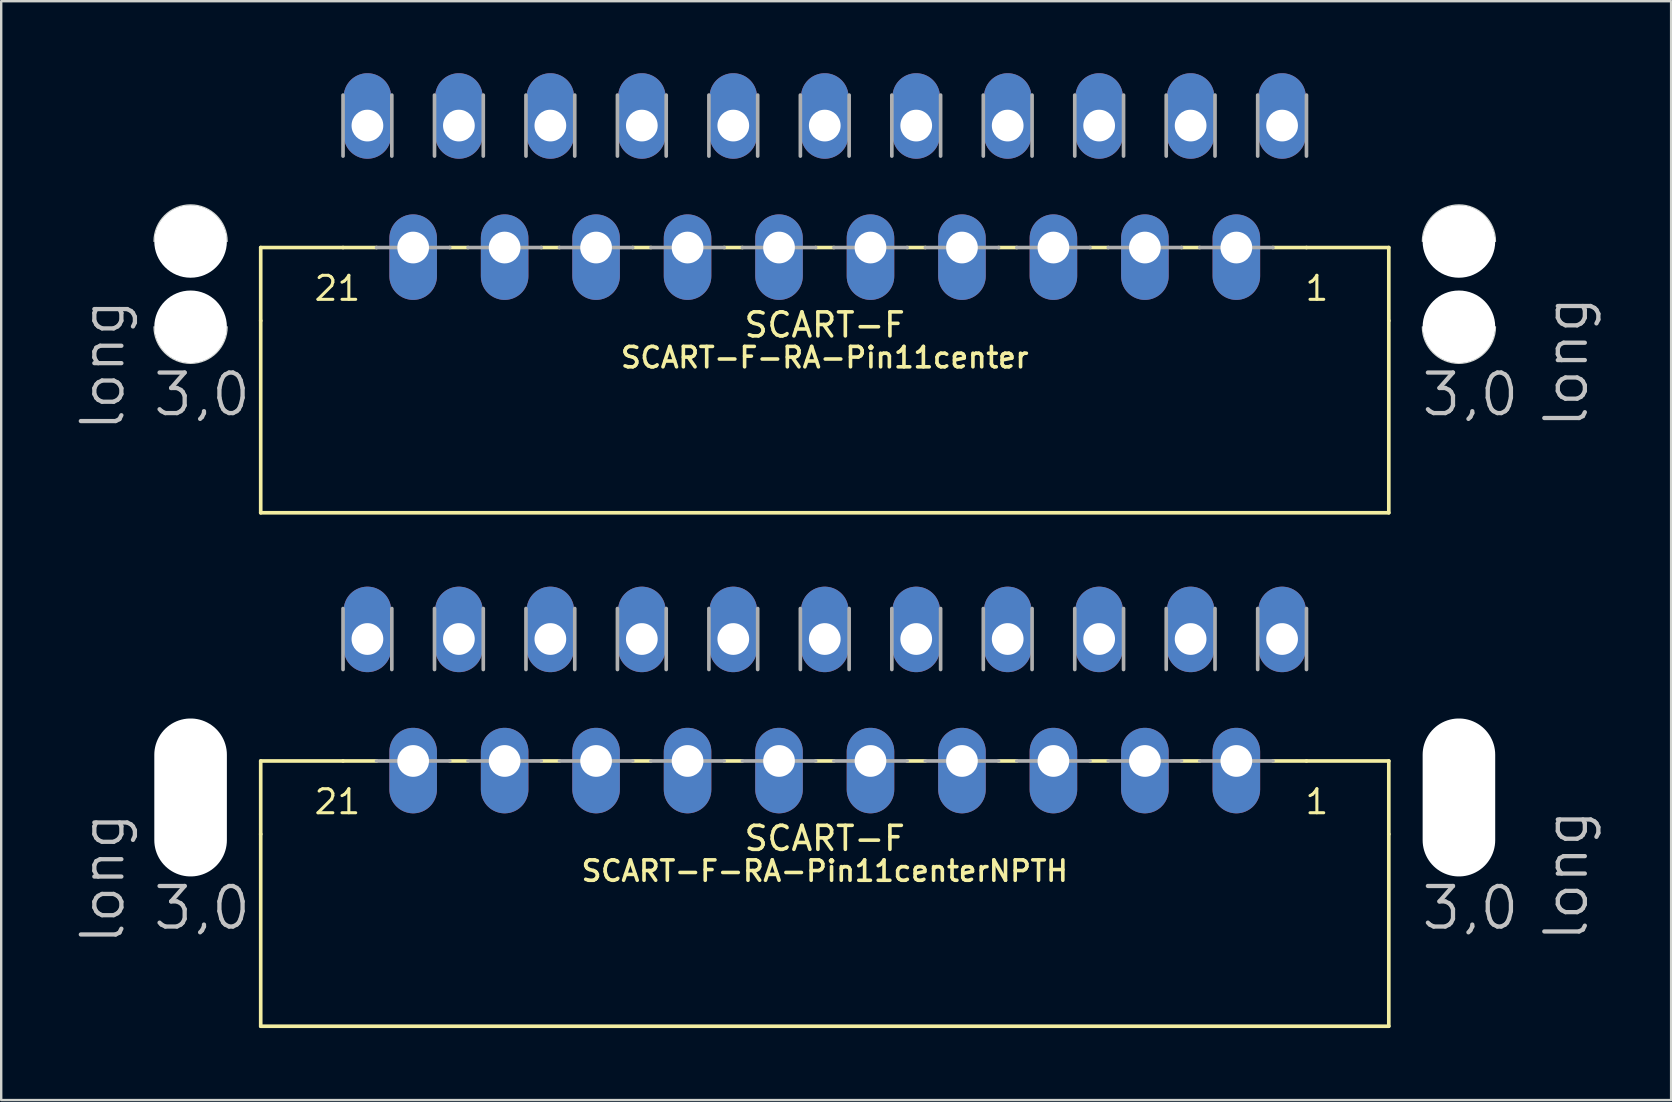
<source format=kicad_pcb>
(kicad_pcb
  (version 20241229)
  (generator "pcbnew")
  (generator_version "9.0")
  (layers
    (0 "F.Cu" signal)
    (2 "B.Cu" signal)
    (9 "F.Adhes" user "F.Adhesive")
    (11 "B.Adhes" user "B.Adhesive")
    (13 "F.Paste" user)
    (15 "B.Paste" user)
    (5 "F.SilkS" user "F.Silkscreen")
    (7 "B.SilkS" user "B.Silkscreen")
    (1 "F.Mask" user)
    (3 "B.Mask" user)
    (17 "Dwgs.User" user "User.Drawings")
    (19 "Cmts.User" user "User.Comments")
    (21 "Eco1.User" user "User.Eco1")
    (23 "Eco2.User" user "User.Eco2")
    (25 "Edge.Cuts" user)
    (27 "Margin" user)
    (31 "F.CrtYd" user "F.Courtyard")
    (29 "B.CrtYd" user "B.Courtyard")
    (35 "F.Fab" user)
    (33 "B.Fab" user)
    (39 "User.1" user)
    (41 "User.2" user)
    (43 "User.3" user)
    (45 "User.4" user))
  (footprint "SCART-F-RA-Pin11center"
    (layer "F.Cu")
    (at 31.305 2.181)
    (property "Reference" "SCART-F-RA-Pin11center" (at 0 10.16 0) (layer "F.SilkS") (effects (font (size 0.85 0.85) (thickness 0.15)) (justify bottom)))
    (attr through_hole)
    (fp_line (start -23.495 8.128) (end -23.495 5.08) (stroke (width 0.152) (type solid)) (layer "F.SilkS"))
    (fp_line (start -23.495 16.129) (end -23.495 8.128) (stroke (width 0.152) (type solid)) (layer "F.SilkS"))
    (fp_line (start -23.495 16.129) (end 23.495 16.129) (stroke (width 0.152) (type solid)) (layer "F.SilkS"))
    (fp_line (start -20.066 5.08) (end -23.495 5.08) (stroke (width 0.152) (type solid)) (layer "F.SilkS"))
    (fp_line (start -18.669 5.08) (end -20.066 5.08) (stroke (width 0.152) (type solid)) (layer "F.SilkS"))
    (fp_line (start -14.859 5.08) (end -15.621 5.08) (stroke (width 0.152) (type solid)) (layer "F.SilkS"))
    (fp_line (start -11.049 5.08) (end -11.811 5.08) (stroke (width 0.152) (type solid)) (layer "F.SilkS"))
    (fp_line (start -7.239 5.08) (end -8.001 5.08) (stroke (width 0.152) (type solid)) (layer "F.SilkS"))
    (fp_line (start -3.429 5.08) (end -4.191 5.08) (stroke (width 0.152) (type solid)) (layer "F.SilkS"))
    (fp_line (start 0.381 5.08) (end -0.381 5.08) (stroke (width 0.152) (type solid)) (layer "F.SilkS"))
    (fp_line (start 4.191 5.08) (end 3.429 5.08) (stroke (width 0.152) (type solid)) (layer "F.SilkS"))
    (fp_line (start 8.001 5.08) (end 7.239 5.08) (stroke (width 0.152) (type solid)) (layer "F.SilkS"))
    (fp_line (start 11.811 5.08) (end 11.049 5.08) (stroke (width 0.152) (type solid)) (layer "F.SilkS"))
    (fp_line (start 15.621 5.08) (end 14.859 5.08) (stroke (width 0.152) (type solid)) (layer "F.SilkS"))
    (fp_line (start 20.066 5.08) (end 18.669 5.08) (stroke (width 0.152) (type solid)) (layer "F.SilkS"))
    (fp_line (start 23.495 5.08) (end 20.066 5.08) (stroke (width 0.152) (type solid)) (layer "F.SilkS"))
    (fp_line (start 23.495 8.128) (end 23.495 5.08) (stroke (width 0.152) (type solid)) (layer "F.SilkS"))
    (fp_line (start 23.495 16.129) (end 23.495 8.128) (stroke (width 0.152) (type solid)) (layer "F.SilkS"))
    (fp_line (start -27.94 8.382) (end -27.94 4.826) (stroke (width 0.002) (type solid)) (layer "Edge.Cuts"))
    (fp_line (start -24.892 4.826) (end -24.892 8.382) (stroke (width 0.002) (type solid)) (layer "Edge.Cuts"))
    (fp_line (start 24.892 8.382) (end 24.892 4.826) (stroke (width 0.002) (type solid)) (layer "Edge.Cuts"))
    (fp_line (start 27.94 4.826) (end 27.94 8.382) (stroke (width 0.002) (type solid)) (layer "Edge.Cuts"))
    (fp_arc (start -27.94 4.826) (mid -26.415999 3.302001) (end -24.892 4.826002) (stroke (width 0.05) (type solid)) (layer "Edge.Cuts"))
    (fp_arc (start -24.892 8.382) (mid -26.416 9.906) (end -27.94 8.382) (stroke (width 0.05) (type solid)) (layer "Edge.Cuts"))
    (fp_arc (start 24.892 4.826) (mid 26.416001 3.302001) (end 27.94 4.826002) (stroke (width 0.05) (type solid)) (layer "Edge.Cuts"))
    (fp_arc (start 27.94 8.382) (mid 26.416 9.906) (end 24.892 8.382) (stroke (width 0.05) (type solid)) (layer "Edge.Cuts"))
    (fp_line (start -20.066 -1.27) (end -20.066 1.27) (stroke (width 0.152) (type solid)) (layer "F.Fab"))
    (fp_line (start -18.669 5.08) (end -15.621 5.08) (stroke (width 0.152) (type solid)) (layer "F.Fab"))
    (fp_line (start -18.034 1.27) (end -18.034 -1.27) (stroke (width 0.152) (type solid)) (layer "F.Fab"))
    (fp_line (start -16.256 -1.27) (end -16.256 1.27) (stroke (width 0.152) (type solid)) (layer "F.Fab"))
    (fp_line (start -14.859 5.08) (end -11.811 5.08) (stroke (width 0.152) (type solid)) (layer "F.Fab"))
    (fp_line (start -14.224 1.27) (end -14.224 -1.27) (stroke (width 0.152) (type solid)) (layer "F.Fab"))
    (fp_line (start -12.446 -1.27) (end -12.446 1.27) (stroke (width 0.152) (type solid)) (layer "F.Fab"))
    (fp_line (start -11.049 5.08) (end -8.001 5.08) (stroke (width 0.152) (type solid)) (layer "F.Fab"))
    (fp_line (start -10.414 1.27) (end -10.414 -1.27) (stroke (width 0.152) (type solid)) (layer "F.Fab"))
    (fp_line (start -8.636 -1.27) (end -8.636 1.27) (stroke (width 0.152) (type solid)) (layer "F.Fab"))
    (fp_line (start -7.239 5.08) (end -4.191 5.08) (stroke (width 0.152) (type solid)) (layer "F.Fab"))
    (fp_line (start -6.604 1.27) (end -6.604 -1.27) (stroke (width 0.152) (type solid)) (layer "F.Fab"))
    (fp_line (start -4.826 -1.27) (end -4.826 1.27) (stroke (width 0.152) (type solid)) (layer "F.Fab"))
    (fp_line (start -3.429 5.08) (end -0.381 5.08) (stroke (width 0.152) (type solid)) (layer "F.Fab"))
    (fp_line (start -2.794 1.27) (end -2.794 -1.27) (stroke (width 0.152) (type solid)) (layer "F.Fab"))
    (fp_line (start -1.016 -1.27) (end -1.016 1.27) (stroke (width 0.152) (type solid)) (layer "F.Fab"))
    (fp_line (start 0.381 5.08) (end 3.429 5.08) (stroke (width 0.152) (type solid)) (layer "F.Fab"))
    (fp_line (start 1.016 1.27) (end 1.016 -1.27) (stroke (width 0.152) (type solid)) (layer "F.Fab"))
    (fp_line (start 2.794 -1.27) (end 2.794 1.27) (stroke (width 0.152) (type solid)) (layer "F.Fab"))
    (fp_line (start 4.191 5.08) (end 7.239 5.08) (stroke (width 0.152) (type solid)) (layer "F.Fab"))
    (fp_line (start 4.826 1.27) (end 4.826 -1.27) (stroke (width 0.152) (type solid)) (layer "F.Fab"))
    (fp_line (start 6.604 -1.27) (end 6.604 1.27) (stroke (width 0.152) (type solid)) (layer "F.Fab"))
    (fp_line (start 8.001 5.08) (end 11.049 5.08) (stroke (width 0.152) (type solid)) (layer "F.Fab"))
    (fp_line (start 8.636 1.27) (end 8.636 -1.27) (stroke (width 0.152) (type solid)) (layer "F.Fab"))
    (fp_line (start 10.414 -1.27) (end 10.414 1.27) (stroke (width 0.152) (type solid)) (layer "F.Fab"))
    (fp_line (start 11.811 5.08) (end 14.859 5.08) (stroke (width 0.152) (type solid)) (layer "F.Fab"))
    (fp_line (start 12.446 1.27) (end 12.446 -1.27) (stroke (width 0.152) (type solid)) (layer "F.Fab"))
    (fp_line (start 14.224 -1.27) (end 14.224 1.27) (stroke (width 0.152) (type solid)) (layer "F.Fab"))
    (fp_line (start 15.621 5.08) (end 18.669 5.08) (stroke (width 0.152) (type solid)) (layer "F.Fab"))
    (fp_line (start 16.256 1.27) (end 16.256 -1.27) (stroke (width 0.152) (type solid)) (layer "F.Fab"))
    (fp_line (start 18.034 -1.27) (end 18.034 1.27) (stroke (width 0.152) (type solid)) (layer "F.Fab"))
    (fp_line (start 20.066 1.27) (end 20.066 -1.27) (stroke (width 0.152) (type solid)) (layer "F.Fab"))
    (fp_text user "21" (at -21.336 7.366 0) (layer "F.SilkS") (effects (font (size 1 1) (thickness 0.127)) (justify left bottom)))
    (fp_text user "SCART-F" (at 0 8.89 0) (layer "F.SilkS") (effects (font (size 1 1) (thickness 0.15)) (justify bottom)))
    (fp_text user "1" (at 19.939 7.366 0) (layer "F.SilkS") (effects (font (size 1 1) (thickness 0.127)) (justify left bottom)))
    (fp_text user "long " (at -29.083 12.827 90) (layer "Dwgs.User") (effects (font (size 1.689 1.689) (thickness 0.178)) (justify left bottom)))
    (fp_text user "3,0" (at 24.765 12.192 0) (layer "Dwgs.User") (effects (font (size 1.689 1.689) (thickness 0.178)) (justify left bottom)))
    (fp_text user "long" (at 31.877 12.7 90) (layer "Dwgs.User") (effects (font (size 1.689 1.689) (thickness 0.178)) (justify left bottom)))
    (fp_text user "3,0 " (at -28.067 12.192 0) (layer "Dwgs.User") (effects (font (size 1.689 1.689) (thickness 0.178)) (justify left bottom)))
    (pad "" np_thru_hole circle (at -26.416 4.826) (size 3.023 3.023) (drill 3.023) (layers "*.Cu" "*.Mask"))
    (pad "" np_thru_hole circle (at -26.416 8.382) (size 3.023 3.023) (drill 3.023) (layers "*.Cu" "*.Mask"))
    (pad "" np_thru_hole circle (at 26.416 4.826) (size 3.023 3.023) (drill 3.023) (layers "*.Cu" "*.Mask"))
    (pad "" np_thru_hole circle (at 26.416 8.382) (size 3.023 3.023) (drill 3.023) (layers "*.Cu" "*.Mask"))
    (pad "1" thru_hole oval (at 19.05 0 90) (size 3.562 1.981) (drill 1.321 (offset 0.4 0)) (layers "*.Cu" "*.Mask"))
    (pad "2" thru_hole oval (at 17.145 5.08 90) (size 3.562 1.981) (drill 1.321 (offset -0.4 0)) (layers "*.Cu" "*.Mask"))
    (pad "3" thru_hole oval (at 15.24 0 90) (size 3.562 1.981) (drill 1.321 (offset 0.4 0)) (layers "*.Cu" "*.Mask"))
    (pad "4" thru_hole oval (at 13.335 5.08 90) (size 3.562 1.981) (drill 1.321 (offset -0.4 0)) (layers "*.Cu" "*.Mask"))
    (pad "5" thru_hole oval (at 11.43 0 90) (size 3.562 1.981) (drill 1.321 (offset 0.4 0)) (layers "*.Cu" "*.Mask"))
    (pad "6" thru_hole oval (at 9.525 5.08 90) (size 3.562 1.981) (drill 1.321 (offset -0.4 0)) (layers "*.Cu" "*.Mask"))
    (pad "7" thru_hole oval (at 7.62 0 90) (size 3.562 1.981) (drill 1.321 (offset 0.4 0)) (layers "*.Cu" "*.Mask"))
    (pad "8" thru_hole oval (at 5.715 5.08 90) (size 3.562 1.981) (drill 1.321 (offset -0.4 0)) (layers "*.Cu" "*.Mask"))
    (pad "9" thru_hole oval (at 3.81 0 90) (size 3.562 1.981) (drill 1.321 (offset 0.4 0)) (layers "*.Cu" "*.Mask"))
    (pad "10" thru_hole oval (at 1.905 5.08 90) (size 3.562 1.981) (drill 1.321 (offset -0.4 0)) (layers "*.Cu" "*.Mask"))
    (pad "11" thru_hole oval (at 0 0 90) (size 3.562 1.981) (drill 1.321 (offset 0.4 0)) (layers "*.Cu" "*.Mask"))
    (pad "12" thru_hole oval (at -1.905 5.08 90) (size 3.562 1.981) (drill 1.321 (offset -0.4 0)) (layers "*.Cu" "*.Mask"))
    (pad "13" thru_hole oval (at -3.81 0 90) (size 3.562 1.981) (drill 1.321 (offset 0.4 0)) (layers "*.Cu" "*.Mask"))
    (pad "14" thru_hole oval (at -5.715 5.08 90) (size 3.562 1.981) (drill 1.321 (offset -0.4 0)) (layers "*.Cu" "*.Mask"))
    (pad "15" thru_hole oval (at -7.62 0 90) (size 3.562 1.981) (drill 1.321 (offset 0.4 0)) (layers "*.Cu" "*.Mask"))
    (pad "16" thru_hole oval (at -9.525 5.08 90) (size 3.562 1.981) (drill 1.321 (offset -0.4 0)) (layers "*.Cu" "*.Mask"))
    (pad "17" thru_hole oval (at -11.43 0 90) (size 3.562 1.981) (drill 1.321 (offset 0.4 0)) (layers "*.Cu" "*.Mask"))
    (pad "18" thru_hole oval (at -13.335 5.08 90) (size 3.562 1.981) (drill 1.321 (offset -0.4 0)) (layers "*.Cu" "*.Mask"))
    (pad "19" thru_hole oval (at -15.24 0 90) (size 3.562 1.981) (drill 1.321 (offset 0.4 0)) (layers "*.Cu" "*.Mask"))
    (pad "20" thru_hole oval (at -17.145 5.08 90) (size 3.562 1.981) (drill 1.321 (offset -0.4 0)) (layers "*.Cu" "*.Mask"))
    (pad "21" thru_hole oval (at -19.05 0 90) (size 3.562 1.981) (drill 1.321 (offset 0.4 0)) (layers "*.Cu" "*.Mask")))
  (footprint "SCART-F-RA-Pin11centerNPTH"
    (layer "F.Cu")
    (at 31.305 23.568)
    (property "Reference" "SCART-F-RA-Pin11centerNPTH" (at 0 10.16 0) (layer "F.SilkS") (effects (font (size 0.85 0.85) (thickness 0.15)) (justify bottom)))
    (attr through_hole)
    (fp_line (start -23.495 8.128) (end -23.495 5.08) (stroke (width 0.152) (type solid)) (layer "F.SilkS"))
    (fp_line (start -23.495 16.129) (end -23.495 8.128) (stroke (width 0.152) (type solid)) (layer "F.SilkS"))
    (fp_line (start -23.495 16.129) (end 23.495 16.129) (stroke (width 0.152) (type solid)) (layer "F.SilkS"))
    (fp_line (start -20.066 5.08) (end -23.495 5.08) (stroke (width 0.152) (type solid)) (layer "F.SilkS"))
    (fp_line (start -18.669 5.08) (end -20.066 5.08) (stroke (width 0.152) (type solid)) (layer "F.SilkS"))
    (fp_line (start -14.859 5.08) (end -15.621 5.08) (stroke (width 0.152) (type solid)) (layer "F.SilkS"))
    (fp_line (start -11.049 5.08) (end -11.811 5.08) (stroke (width 0.152) (type solid)) (layer "F.SilkS"))
    (fp_line (start -7.239 5.08) (end -8.001 5.08) (stroke (width 0.152) (type solid)) (layer "F.SilkS"))
    (fp_line (start -3.429 5.08) (end -4.191 5.08) (stroke (width 0.152) (type solid)) (layer "F.SilkS"))
    (fp_line (start 0.381 5.08) (end -0.381 5.08) (stroke (width 0.152) (type solid)) (layer "F.SilkS"))
    (fp_line (start 4.191 5.08) (end 3.429 5.08) (stroke (width 0.152) (type solid)) (layer "F.SilkS"))
    (fp_line (start 8.001 5.08) (end 7.239 5.08) (stroke (width 0.152) (type solid)) (layer "F.SilkS"))
    (fp_line (start 11.811 5.08) (end 11.049 5.08) (stroke (width 0.152) (type solid)) (layer "F.SilkS"))
    (fp_line (start 15.621 5.08) (end 14.859 5.08) (stroke (width 0.152) (type solid)) (layer "F.SilkS"))
    (fp_line (start 20.066 5.08) (end 18.669 5.08) (stroke (width 0.152) (type solid)) (layer "F.SilkS"))
    (fp_line (start 23.495 5.08) (end 20.066 5.08) (stroke (width 0.152) (type solid)) (layer "F.SilkS"))
    (fp_line (start 23.495 8.128) (end 23.495 5.08) (stroke (width 0.152) (type solid)) (layer "F.SilkS"))
    (fp_line (start 23.495 16.129) (end 23.495 8.128) (stroke (width 0.152) (type solid)) (layer "F.SilkS"))
    (fp_line (start -20.066 -1.27) (end -20.066 1.27) (stroke (width 0.152) (type solid)) (layer "F.Fab"))
    (fp_line (start -18.669 5.08) (end -15.621 5.08) (stroke (width 0.152) (type solid)) (layer "F.Fab"))
    (fp_line (start -18.034 1.27) (end -18.034 -1.27) (stroke (width 0.152) (type solid)) (layer "F.Fab"))
    (fp_line (start -16.256 -1.27) (end -16.256 1.27) (stroke (width 0.152) (type solid)) (layer "F.Fab"))
    (fp_line (start -14.859 5.08) (end -11.811 5.08) (stroke (width 0.152) (type solid)) (layer "F.Fab"))
    (fp_line (start -14.224 1.27) (end -14.224 -1.27) (stroke (width 0.152) (type solid)) (layer "F.Fab"))
    (fp_line (start -12.446 -1.27) (end -12.446 1.27) (stroke (width 0.152) (type solid)) (layer "F.Fab"))
    (fp_line (start -11.049 5.08) (end -8.001 5.08) (stroke (width 0.152) (type solid)) (layer "F.Fab"))
    (fp_line (start -10.414 1.27) (end -10.414 -1.27) (stroke (width 0.152) (type solid)) (layer "F.Fab"))
    (fp_line (start -8.636 -1.27) (end -8.636 1.27) (stroke (width 0.152) (type solid)) (layer "F.Fab"))
    (fp_line (start -7.239 5.08) (end -4.191 5.08) (stroke (width 0.152) (type solid)) (layer "F.Fab"))
    (fp_line (start -6.604 1.27) (end -6.604 -1.27) (stroke (width 0.152) (type solid)) (layer "F.Fab"))
    (fp_line (start -4.826 -1.27) (end -4.826 1.27) (stroke (width 0.152) (type solid)) (layer "F.Fab"))
    (fp_line (start -3.429 5.08) (end -0.381 5.08) (stroke (width 0.152) (type solid)) (layer "F.Fab"))
    (fp_line (start -2.794 1.27) (end -2.794 -1.27) (stroke (width 0.152) (type solid)) (layer "F.Fab"))
    (fp_line (start -1.016 -1.27) (end -1.016 1.27) (stroke (width 0.152) (type solid)) (layer "F.Fab"))
    (fp_line (start 0.381 5.08) (end 3.429 5.08) (stroke (width 0.152) (type solid)) (layer "F.Fab"))
    (fp_line (start 1.016 1.27) (end 1.016 -1.27) (stroke (width 0.152) (type solid)) (layer "F.Fab"))
    (fp_line (start 2.794 -1.27) (end 2.794 1.27) (stroke (width 0.152) (type solid)) (layer "F.Fab"))
    (fp_line (start 4.191 5.08) (end 7.239 5.08) (stroke (width 0.152) (type solid)) (layer "F.Fab"))
    (fp_line (start 4.826 1.27) (end 4.826 -1.27) (stroke (width 0.152) (type solid)) (layer "F.Fab"))
    (fp_line (start 6.604 -1.27) (end 6.604 1.27) (stroke (width 0.152) (type solid)) (layer "F.Fab"))
    (fp_line (start 8.001 5.08) (end 11.049 5.08) (stroke (width 0.152) (type solid)) (layer "F.Fab"))
    (fp_line (start 8.636 1.27) (end 8.636 -1.27) (stroke (width 0.152) (type solid)) (layer "F.Fab"))
    (fp_line (start 10.414 -1.27) (end 10.414 1.27) (stroke (width 0.152) (type solid)) (layer "F.Fab"))
    (fp_line (start 11.811 5.08) (end 14.859 5.08) (stroke (width 0.152) (type solid)) (layer "F.Fab"))
    (fp_line (start 12.446 1.27) (end 12.446 -1.27) (stroke (width 0.152) (type solid)) (layer "F.Fab"))
    (fp_line (start 14.224 -1.27) (end 14.224 1.27) (stroke (width 0.152) (type solid)) (layer "F.Fab"))
    (fp_line (start 15.621 5.08) (end 18.669 5.08) (stroke (width 0.152) (type solid)) (layer "F.Fab"))
    (fp_line (start 16.256 1.27) (end 16.256 -1.27) (stroke (width 0.152) (type solid)) (layer "F.Fab"))
    (fp_line (start 18.034 -1.27) (end 18.034 1.27) (stroke (width 0.152) (type solid)) (layer "F.Fab"))
    (fp_line (start 20.066 1.27) (end 20.066 -1.27) (stroke (width 0.152) (type solid)) (layer "F.Fab"))
    (fp_text user "1" (at 19.939 7.366 0) (layer "F.SilkS") (effects (font (size 1 1) (thickness 0.127)) (justify left bottom)))
    (fp_text user "SCART-F" (at 0 8.89 0) (layer "F.SilkS") (effects (font (size 1 1) (thickness 0.15)) (justify bottom)))
    (fp_text user "21" (at -21.336 7.366 0) (layer "F.SilkS") (effects (font (size 1 1) (thickness 0.127)) (justify left bottom)))
    (fp_text user "long " (at -29.083 12.827 90) (layer "Dwgs.User") (effects (font (size 1.689 1.689) (thickness 0.178)) (justify left bottom)))
    (fp_text user "long" (at 31.877 12.7 90) (layer "Dwgs.User") (effects (font (size 1.689 1.689) (thickness 0.178)) (justify left bottom)))
    (fp_text user "3,0" (at 24.765 12.192 0) (layer "Dwgs.User") (effects (font (size 1.689 1.689) (thickness 0.178)) (justify left bottom)))
    (fp_text user "3,0 " (at -28.067 12.192 0) (layer "Dwgs.User") (effects (font (size 1.689 1.689) (thickness 0.178)) (justify left bottom)))
    (pad "" np_thru_hole oval (at -26.416 6.6) (size 3.023 6.58) (drill oval 3.023 6.58) (layers "*.Cu" "*.Mask"))
    (pad "" np_thru_hole oval (at 26.416 6.6) (size 3.023 6.58) (drill oval 3.023 6.58) (layers "*.Cu" "*.Mask"))
    (pad "1" thru_hole oval (at 19.05 0 90) (size 3.562 1.981) (drill 1.321 (offset 0.4 0)) (layers "*.Cu" "*.Mask"))
    (pad "2" thru_hole oval (at 17.145 5.08 90) (size 3.562 1.981) (drill 1.321 (offset -0.4 0)) (layers "*.Cu" "*.Mask"))
    (pad "3" thru_hole oval (at 15.24 0 90) (size 3.562 1.981) (drill 1.321 (offset 0.4 0)) (layers "*.Cu" "*.Mask"))
    (pad "4" thru_hole oval (at 13.335 5.08 90) (size 3.562 1.981) (drill 1.321 (offset -0.4 0)) (layers "*.Cu" "*.Mask"))
    (pad "5" thru_hole oval (at 11.43 0 90) (size 3.562 1.981) (drill 1.321 (offset 0.4 0)) (layers "*.Cu" "*.Mask"))
    (pad "6" thru_hole oval (at 9.525 5.08 90) (size 3.562 1.981) (drill 1.321 (offset -0.4 0)) (layers "*.Cu" "*.Mask"))
    (pad "7" thru_hole oval (at 7.62 0 90) (size 3.562 1.981) (drill 1.321 (offset 0.4 0)) (layers "*.Cu" "*.Mask"))
    (pad "8" thru_hole oval (at 5.715 5.08 90) (size 3.562 1.981) (drill 1.321 (offset -0.4 0)) (layers "*.Cu" "*.Mask"))
    (pad "9" thru_hole oval (at 3.81 0 90) (size 3.562 1.981) (drill 1.321 (offset 0.4 0)) (layers "*.Cu" "*.Mask"))
    (pad "10" thru_hole oval (at 1.905 5.08 90) (size 3.562 1.981) (drill 1.321 (offset -0.4 0)) (layers "*.Cu" "*.Mask"))
    (pad "11" thru_hole oval (at 0 0 90) (size 3.562 1.981) (drill 1.321 (offset 0.4 0)) (layers "*.Cu" "*.Mask"))
    (pad "12" thru_hole oval (at -1.905 5.08 90) (size 3.562 1.981) (drill 1.321 (offset -0.4 0)) (layers "*.Cu" "*.Mask"))
    (pad "13" thru_hole oval (at -3.81 0 90) (size 3.562 1.981) (drill 1.321 (offset 0.4 0)) (layers "*.Cu" "*.Mask"))
    (pad "14" thru_hole oval (at -5.715 5.08 90) (size 3.562 1.981) (drill 1.321 (offset -0.4 0)) (layers "*.Cu" "*.Mask"))
    (pad "15" thru_hole oval (at -7.62 0 90) (size 3.562 1.981) (drill 1.321 (offset 0.4 0)) (layers "*.Cu" "*.Mask"))
    (pad "16" thru_hole oval (at -9.525 5.08 90) (size 3.562 1.981) (drill 1.321 (offset -0.4 0)) (layers "*.Cu" "*.Mask"))
    (pad "17" thru_hole oval (at -11.43 0 90) (size 3.562 1.981) (drill 1.321 (offset 0.4 0)) (layers "*.Cu" "*.Mask"))
    (pad "18" thru_hole oval (at -13.335 5.08 90) (size 3.562 1.981) (drill 1.321 (offset -0.4 0)) (layers "*.Cu" "*.Mask"))
    (pad "19" thru_hole oval (at -15.24 0 90) (size 3.562 1.981) (drill 1.321 (offset 0.4 0)) (layers "*.Cu" "*.Mask"))
    (pad "20" thru_hole oval (at -17.145 5.08 90) (size 3.562 1.981) (drill 1.321 (offset -0.4 0)) (layers "*.Cu" "*.Mask"))
    (pad "21" thru_hole oval (at -19.05 0 90) (size 3.562 1.981) (drill 1.321 (offset 0.4 0)) (layers "*.Cu" "*.Mask")))
  (gr_rect
    (start -3 -3)
    (end 66.56 42.773)
    (stroke (width 0.1) (type default))
    (fill no)
    (layer "Edge.Cuts")))
</source>
